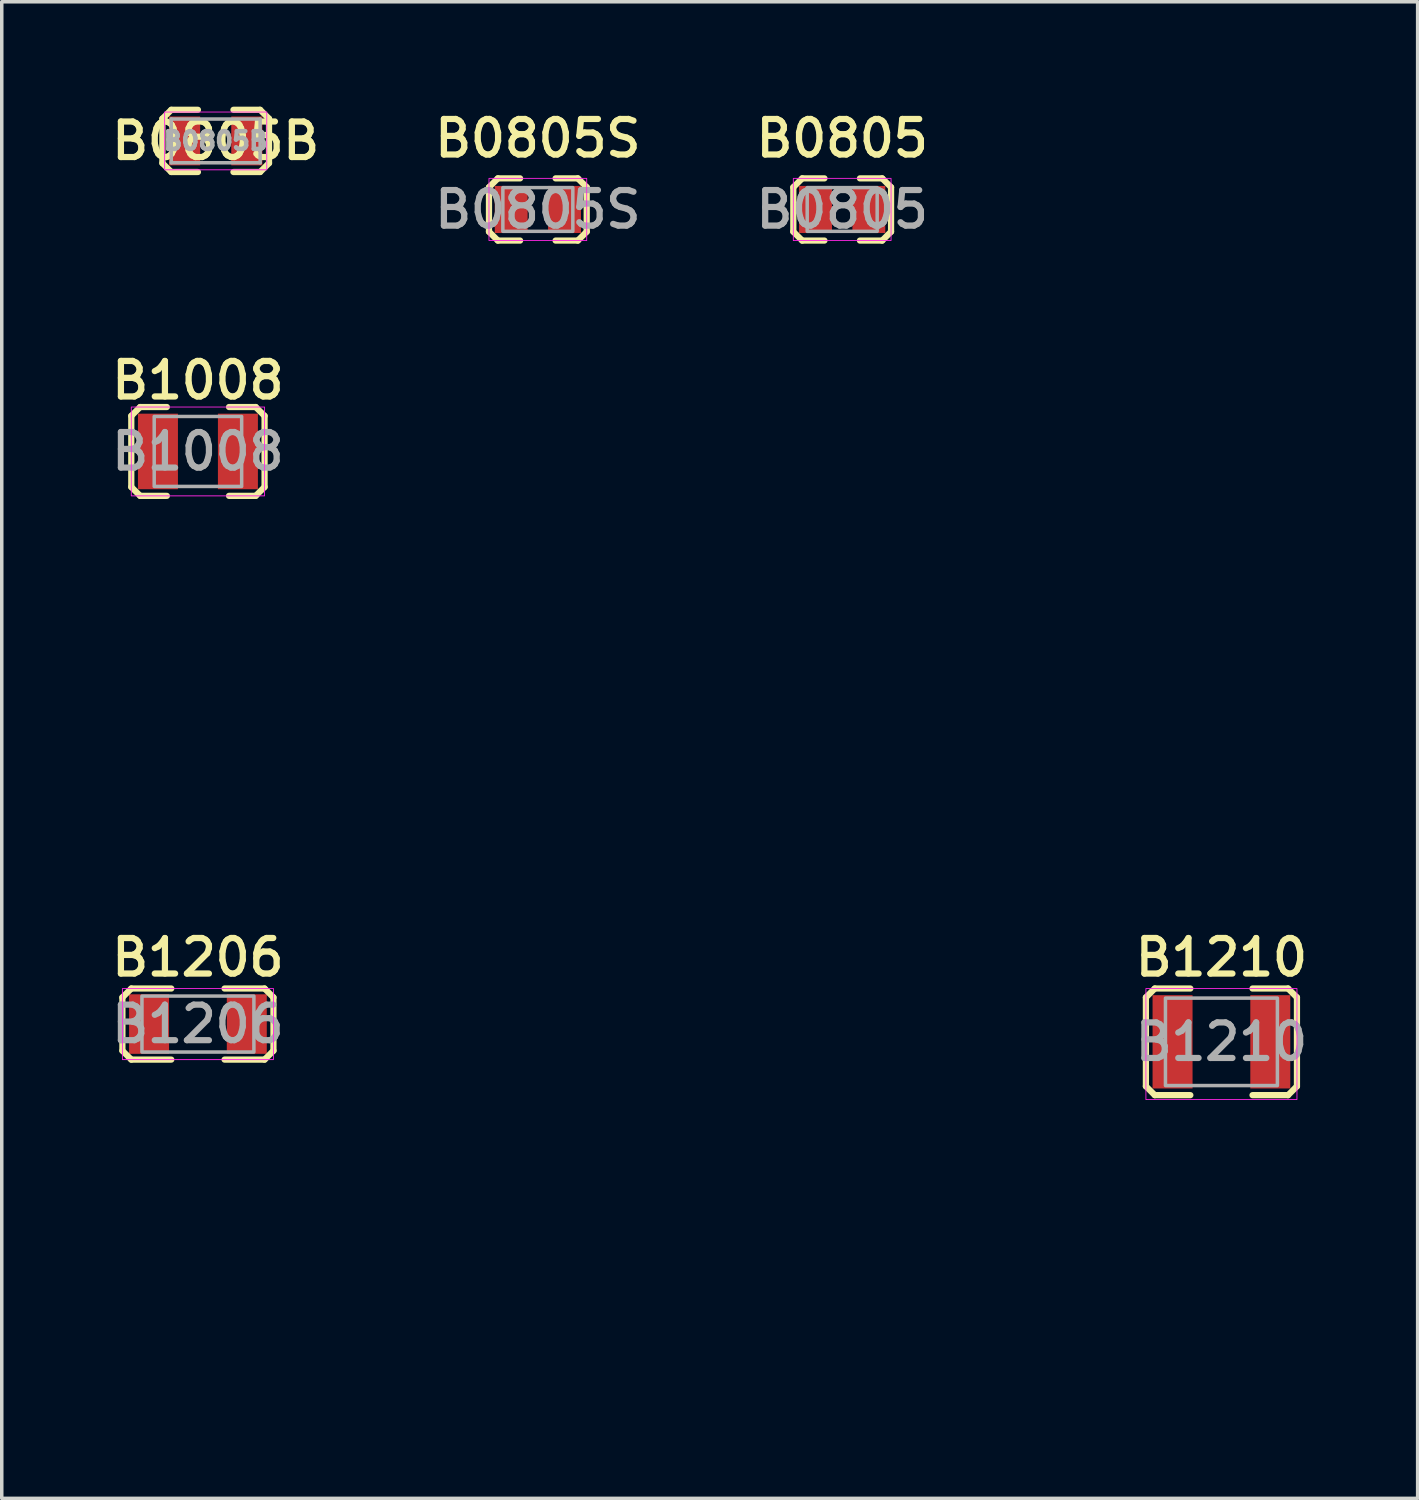
<source format=kicad_pcb>
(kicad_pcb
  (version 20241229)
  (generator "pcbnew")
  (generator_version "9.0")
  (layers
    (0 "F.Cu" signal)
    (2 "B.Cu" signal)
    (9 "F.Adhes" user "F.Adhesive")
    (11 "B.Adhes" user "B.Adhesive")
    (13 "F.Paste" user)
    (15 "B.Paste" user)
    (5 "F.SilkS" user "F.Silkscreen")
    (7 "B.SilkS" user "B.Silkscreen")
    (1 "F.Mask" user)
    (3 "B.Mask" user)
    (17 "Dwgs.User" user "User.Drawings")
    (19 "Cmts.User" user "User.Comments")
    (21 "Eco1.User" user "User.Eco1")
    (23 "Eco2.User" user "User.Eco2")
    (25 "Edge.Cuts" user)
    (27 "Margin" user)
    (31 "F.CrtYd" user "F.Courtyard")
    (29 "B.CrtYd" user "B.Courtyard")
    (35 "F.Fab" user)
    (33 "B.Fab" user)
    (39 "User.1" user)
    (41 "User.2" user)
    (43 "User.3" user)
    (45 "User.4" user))
  (footprint "B1206"
    (layer "F.Cu")
    (at 2.608 26.224)
    (property "Reference" "B1206" (at 0 -1.905 0) (layer "F.SilkS") (effects (font (size 1.016 1.016) (thickness 0.178))))
    (attr smd)
    (fp_line (start -2.159 -0.762) (end -2.159 0.762) (stroke (width 0.178) (type solid)) (layer "F.SilkS"))
    (fp_line (start -2.159 -0.762) (end -1.905 -1.016) (stroke (width 0.178) (type solid)) (layer "F.SilkS"))
    (fp_line (start -1.905 1.016) (end -2.159 0.762) (stroke (width 0.178) (type solid)) (layer "F.SilkS"))
    (fp_line (start -0.762 -1.016) (end -1.905 -1.016) (stroke (width 0.178) (type solid)) (layer "F.SilkS"))
    (fp_line (start -0.762 1.016) (end -1.905 1.016) (stroke (width 0.178) (type solid)) (layer "F.SilkS"))
    (fp_line (start 1.905 -1.016) (end 0.762 -1.016) (stroke (width 0.178) (type solid)) (layer "F.SilkS"))
    (fp_line (start 1.905 -1.016) (end 2.159 -0.762) (stroke (width 0.178) (type solid)) (layer "F.SilkS"))
    (fp_line (start 1.905 1.016) (end 0.762 1.016) (stroke (width 0.178) (type solid)) (layer "F.SilkS"))
    (fp_line (start 1.905 1.016) (end 2.159 0.762) (stroke (width 0.178) (type solid)) (layer "F.SilkS"))
    (fp_line (start 2.159 -0.762) (end 2.159 0.762) (stroke (width 0.178) (type solid)) (layer "F.SilkS"))
    (fp_rect (start -2.159 -1.016) (end 2.159 1.016) (stroke (width 0.025) (type solid)) (fill no) (layer "F.CrtYd"))
    (fp_rect (start -1.6 -0.8) (end 1.6 0.8) (stroke (width 0.1) (type solid)) (fill no) (layer "F.Fab"))
    (fp_text user "${REFERENCE}" (at 0 0 0) (layer "F.Fab") (effects (font (size 1.016 1.016) (thickness 0.178))))
    (fp_text user "Footprint: 1206 (3216 Metric)" (at 0 5.588 0) (unlocked yes) (layer "User.1") (effects (font (size 1.016 1.016) (thickness 0.178) (italic yes)) (justify left)))
    (fp_text user "Auth: Thanh Duong" (at 0 9.652 0) (unlocked yes) (layer "User.1") (effects (font (size 1.016 1.016) (thickness 0.178) (italic yes)) (justify left)))
    (fp_text user "Dimension: 3.2x1.6mm" (at 0 7.62 0) (unlocked yes) (layer "User.1") (effects (font (size 1.016 1.016) (thickness 0.178) (italic yes)) (justify left)))
    (pad "1" smd rect (at -1.397 0) (size 1.143 1.702) (layers "F.Cu" "F.Mask" "F.Paste"))
    (pad "2" smd rect (at 1.397 0) (size 1.143 1.702) (layers "F.Cu" "F.Mask" "F.Paste")))
  (footprint "B1210"
    (layer "F.Cu")
    (at 31.866 26.732)
    (property "Reference" "B1210" (at 0 -2.413 0) (layer "F.SilkS") (effects (font (size 1.016 1.016) (thickness 0.178))))
    (attr smd)
    (fp_line (start -2.159 -1.27) (end -1.905 -1.524) (stroke (width 0.178) (type solid)) (layer "F.SilkS"))
    (fp_line (start -2.159 1.27) (end -2.159 -1.27) (stroke (width 0.178) (type solid)) (layer "F.SilkS"))
    (fp_line (start -1.905 -1.524) (end -0.889 -1.524) (stroke (width 0.178) (type solid)) (layer "F.SilkS"))
    (fp_line (start -1.905 1.524) (end -2.159 1.27) (stroke (width 0.178) (type solid)) (layer "F.SilkS"))
    (fp_line (start -1.905 1.524) (end -0.889 1.524) (stroke (width 0.178) (type solid)) (layer "F.SilkS"))
    (fp_line (start 0.889 -1.524) (end 1.905 -1.524) (stroke (width 0.178) (type solid)) (layer "F.SilkS"))
    (fp_line (start 0.889 1.524) (end 1.905 1.524) (stroke (width 0.178) (type solid)) (layer "F.SilkS"))
    (fp_line (start 1.905 -1.524) (end 2.159 -1.27) (stroke (width 0.178) (type solid)) (layer "F.SilkS"))
    (fp_line (start 1.905 1.524) (end 2.159 1.27) (stroke (width 0.178) (type solid)) (layer "F.SilkS"))
    (fp_line (start 2.159 1.27) (end 2.159 -1.27) (stroke (width 0.178) (type solid)) (layer "F.SilkS"))
    (fp_rect (start -2.159 -1.524) (end 2.159 1.651) (stroke (width 0.025) (type solid)) (fill no) (layer "F.CrtYd"))
    (fp_rect (start -1.6 -1.25) (end 1.6 1.25) (stroke (width 0.1) (type solid)) (fill no) (layer "F.Fab"))
    (fp_text user "${REFERENCE}" (at 0 0 0) (layer "F.Fab") (effects (font (size 1.016 1.016) (thickness 0.178))))
    (pad "1" smd rect (at -1.397 0) (size 1.143 2.667) (layers "F.Cu" "F.Mask" "F.Paste"))
    (pad "2" smd rect (at 1.397 0) (size 1.143 2.667) (layers "F.Cu" "F.Mask" "F.Paste")))
  (footprint "B0805B"
    (layer "F.Cu")
    (at 3.116 0.978)
    (property "Reference" "B0805B" (at 0 0 0) (layer "F.SilkS") (effects (font (size 1.016 1.016) (thickness 0.178))))
    (attr smd)
    (fp_line (start -1.524 -0.635) (end -1.524 0.635) (stroke (width 0.178) (type solid)) (layer "F.SilkS"))
    (fp_line (start -1.524 -0.635) (end -1.27 -0.889) (stroke (width 0.178) (type solid)) (layer "F.SilkS"))
    (fp_line (start -1.524 0.635) (end -1.27 0.889) (stroke (width 0.178) (type solid)) (layer "F.SilkS"))
    (fp_line (start -1.27 0.889) (end -0.508 0.889) (stroke (width 0.178) (type solid)) (layer "F.SilkS"))
    (fp_line (start -1.27 -0.889) (end -0.508 -0.889) (stroke (width 0.178) (type solid)) (layer "F.SilkS"))
    (fp_line (start 0.508 -0.889) (end 1.27 -0.889) (stroke (width 0.178) (type solid)) (layer "F.SilkS"))
    (fp_line (start 0.508 0.889) (end 1.27 0.889) (stroke (width 0.178) (type solid)) (layer "F.SilkS"))
    (fp_line (start 1.27 0.889) (end 1.524 0.635) (stroke (width 0.178) (type solid)) (layer "F.SilkS"))
    (fp_line (start 1.27 -0.889) (end 1.524 -0.635) (stroke (width 0.178) (type solid)) (layer "F.SilkS"))
    (fp_line (start 1.524 -0.635) (end 1.524 0.635) (stroke (width 0.178) (type solid)) (layer "F.SilkS"))
    (fp_rect (start -1.46 -0.826) (end 1.46 0.826) (stroke (width 0.025) (type solid)) (fill no) (layer "F.CrtYd"))
    (fp_line (start -1.27 -0.625) (end 1.27 -0.625) (stroke (width 0.1) (type solid)) (layer "F.Fab"))
    (fp_line (start -1.27 0.625) (end -1.27 -0.625) (stroke (width 0.1) (type solid)) (layer "F.Fab"))
    (fp_line (start 1.27 -0.625) (end 1.27 0.625) (stroke (width 0.1) (type solid)) (layer "F.Fab"))
    (fp_line (start 1.27 0.625) (end -1.27 0.625) (stroke (width 0.1) (type solid)) (layer "F.Fab"))
    (fp_text user "${REFERENCE}" (at 0 0 0) (layer "F.Fab") (effects (font (size 0.508 0.508) (thickness 0.127))))
    (pad "1" smd rect (at -0.889 0) (size 0.889 1.397) (layers "F.Cu" "F.Mask" "F.Paste"))
    (pad "2" smd rect (at 0.889 0) (size 0.889 1.397) (layers "F.Cu" "F.Mask" "F.Paste")))
  (footprint "B1008"
    (layer "F.Cu")
    (at 2.608 9.855)
    (property "Reference" "B1008" (at 0 -2.032 0) (unlocked yes) (layer "F.SilkS") (effects (font (size 1.016 1.016) (thickness 0.178))))
    (attr smd)
    (fp_line (start -1.905 -1.016) (end -1.651 -1.27) (stroke (width 0.178) (type solid)) (layer "F.SilkS"))
    (fp_line (start -1.905 -1.016) (end -1.905 1.016) (stroke (width 0.178) (type solid)) (layer "F.SilkS"))
    (fp_line (start -1.651 1.27) (end -1.905 1.016) (stroke (width 0.178) (type solid)) (layer "F.SilkS"))
    (fp_line (start -1.651 -1.27) (end -0.889 -1.27) (stroke (width 0.178) (type solid)) (layer "F.SilkS"))
    (fp_line (start -1.651 1.27) (end -0.889 1.27) (stroke (width 0.178) (type solid)) (layer "F.SilkS"))
    (fp_line (start 0.889 1.27) (end 1.651 1.27) (stroke (width 0.178) (type solid)) (layer "F.SilkS"))
    (fp_line (start 0.889 -1.27) (end 1.651 -1.27) (stroke (width 0.178) (type solid)) (layer "F.SilkS"))
    (fp_line (start 1.651 -1.27) (end 1.905 -1.016) (stroke (width 0.178) (type solid)) (layer "F.SilkS"))
    (fp_line (start 1.651 1.27) (end 1.905 1.016) (stroke (width 0.178) (type solid)) (layer "F.SilkS"))
    (fp_line (start 1.905 -1.016) (end 1.905 1.016) (stroke (width 0.178) (type solid)) (layer "F.SilkS"))
    (fp_rect (start -1.905 -1.27) (end 1.905 1.27) (stroke (width 0.025) (type solid)) (fill no) (layer "F.CrtYd"))
    (fp_rect (start -1.25 -1) (end 1.25 1) (stroke (width 0.1) (type solid)) (fill no) (layer "F.Fab"))
    (fp_text user "${REFERENCE}" (at 0 0 0) (unlocked yes) (layer "F.Fab") (effects (font (size 1.016 1.016) (thickness 0.178))))
    (fp_text user "Footprint: 1008 (2520 Metric)" (at 0 5.588 0) (unlocked yes) (layer "User.1") (effects (font (size 1.016 1.016) (thickness 0.178) (italic yes)) (justify left)))
    (fp_text user "Dimension: 2.5x1.0mm" (at 0 7.62 0) (unlocked yes) (layer "User.1") (effects (font (size 1.016 1.016) (thickness 0.178) (italic yes)) (justify left)))
    (fp_text user "Auth: Thanh Duong" (at 0 9.652 0) (unlocked yes) (layer "User.1") (effects (font (size 1.016 1.016) (thickness 0.178) (italic yes)) (justify left)))
    (pad "1" smd rect (at -1.143 0) (size 1.143 2.159) (layers "F.Cu" "F.Mask" "F.Paste"))
    (pad "2" smd rect (at 1.143 0) (size 1.143 2.159) (layers "F.Cu" "F.Mask" "F.Paste")))
  (footprint "B0805S"
    (layer "F.Cu")
    (at 12.325 2.938)
    (property "Reference" "B0805S" (at 0 -2.032 0) (layer "F.SilkS") (effects (font (size 1.016 1.016) (thickness 0.178))))
    (attr smd)
    (fp_line (start -1.397 -0.635) (end -1.397 0.635) (stroke (width 0.178) (type solid)) (layer "F.SilkS"))
    (fp_line (start -1.397 -0.635) (end -1.143 -0.889) (stroke (width 0.178) (type solid)) (layer "F.SilkS"))
    (fp_line (start -1.397 0.635) (end -1.143 0.889) (stroke (width 0.178) (type solid)) (layer "F.SilkS"))
    (fp_line (start -1.143 -0.889) (end -0.508 -0.889) (stroke (width 0.178) (type solid)) (layer "F.SilkS"))
    (fp_line (start -1.143 0.889) (end -0.508 0.889) (stroke (width 0.178) (type solid)) (layer "F.SilkS"))
    (fp_line (start 0.508 -0.889) (end 1.143 -0.889) (stroke (width 0.178) (type solid)) (layer "F.SilkS"))
    (fp_line (start 0.508 0.889) (end 1.143 0.889) (stroke (width 0.178) (type solid)) (layer "F.SilkS"))
    (fp_line (start 1.143 -0.889) (end 1.397 -0.635) (stroke (width 0.178) (type solid)) (layer "F.SilkS"))
    (fp_line (start 1.143 0.889) (end 1.397 0.635) (stroke (width 0.178) (type solid)) (layer "F.SilkS"))
    (fp_line (start 1.397 -0.635) (end 1.397 0.635) (stroke (width 0.178) (type solid)) (layer "F.SilkS"))
    (fp_rect (start -1.397 -0.889) (end 1.397 0.889) (stroke (width 0.025) (type solid)) (fill no) (layer "F.CrtYd"))
    (fp_rect (start -1 -0.625) (end 1 0.625) (stroke (width 0.1) (type solid)) (fill no) (layer "F.Fab"))
    (fp_text user "${REFERENCE}" (at 0 0 0) (layer "F.Fab") (effects (font (size 1.016 1.016) (thickness 0.178))))
    (pad "1" smd rect (at -0.762 0) (size 0.94 1.346) (layers "F.Cu" "F.Mask" "F.Paste"))
    (pad "2" smd rect (at 0.762 0) (size 0.94 1.346) (layers "F.Cu" "F.Mask" "F.Paste")))
  (footprint "B0805"
    (layer "F.Cu")
    (at 21.025 2.938)
    (property "Reference" "B0805" (at 0 -2.032 0) (layer "F.SilkS") (effects (font (size 1.016 1.016) (thickness 0.178))))
    (attr smd)
    (fp_line (start -1.397 -0.635) (end -1.397 0.635) (stroke (width 0.178) (type solid)) (layer "F.SilkS"))
    (fp_line (start -1.397 -0.635) (end -1.143 -0.889) (stroke (width 0.178) (type solid)) (layer "F.SilkS"))
    (fp_line (start -1.143 -0.889) (end -0.508 -0.889) (stroke (width 0.178) (type solid)) (layer "F.SilkS"))
    (fp_line (start -1.143 0.889) (end -1.397 0.635) (stroke (width 0.178) (type solid)) (layer "F.SilkS"))
    (fp_line (start -1.143 0.889) (end -0.508 0.889) (stroke (width 0.178) (type solid)) (layer "F.SilkS"))
    (fp_line (start 0.508 -0.889) (end 1.143 -0.889) (stroke (width 0.178) (type solid)) (layer "F.SilkS"))
    (fp_line (start 0.508 0.889) (end 1.143 0.889) (stroke (width 0.178) (type solid)) (layer "F.SilkS"))
    (fp_line (start 1.143 -0.889) (end 1.397 -0.635) (stroke (width 0.178) (type solid)) (layer "F.SilkS"))
    (fp_line (start 1.143 0.889) (end 1.397 0.635) (stroke (width 0.178) (type solid)) (layer "F.SilkS"))
    (fp_line (start 1.397 -0.635) (end 1.397 0.635) (stroke (width 0.178) (type solid)) (layer "F.SilkS"))
    (fp_rect (start -1.397 -0.889) (end 1.397 0.889) (stroke (width 0.025) (type solid)) (fill no) (layer "F.CrtYd"))
    (fp_rect (start -1 -0.625) (end 1 0.625) (stroke (width 0.1) (type solid)) (fill no) (layer "F.Fab"))
    (fp_text user "${REFERENCE}" (at 0 0 0) (layer "F.Fab") (effects (font (size 1.016 1.016) (thickness 0.178))))
    (pad "1" smd rect (at -0.762 0) (size 0.94 1.346) (layers "F.Cu" "F.Mask" "F.Paste"))
    (pad "2" smd rect (at 0.762 0) (size 0.94 1.346) (layers "F.Cu" "F.Mask" "F.Paste")))
  (gr_rect
    (start -3 -3)
    (end 37.475 39.783)
    (stroke (width 0.1) (type default))
    (fill no)
    (layer "Edge.Cuts")))
</source>
